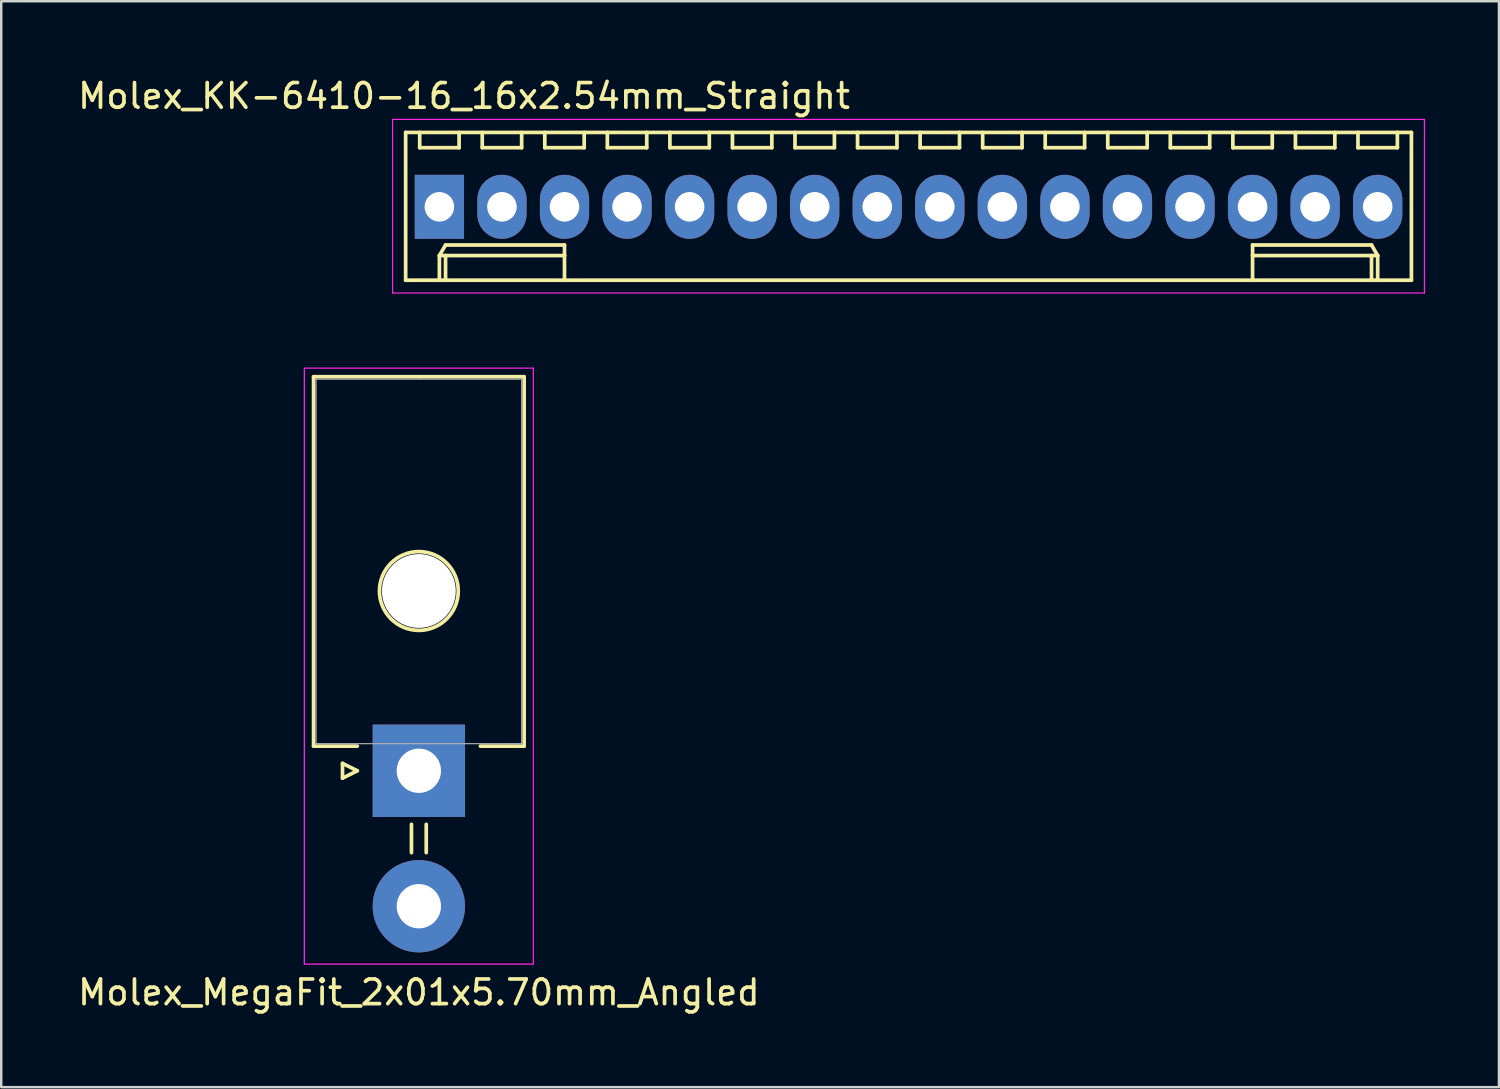
<source format=kicad_pcb>
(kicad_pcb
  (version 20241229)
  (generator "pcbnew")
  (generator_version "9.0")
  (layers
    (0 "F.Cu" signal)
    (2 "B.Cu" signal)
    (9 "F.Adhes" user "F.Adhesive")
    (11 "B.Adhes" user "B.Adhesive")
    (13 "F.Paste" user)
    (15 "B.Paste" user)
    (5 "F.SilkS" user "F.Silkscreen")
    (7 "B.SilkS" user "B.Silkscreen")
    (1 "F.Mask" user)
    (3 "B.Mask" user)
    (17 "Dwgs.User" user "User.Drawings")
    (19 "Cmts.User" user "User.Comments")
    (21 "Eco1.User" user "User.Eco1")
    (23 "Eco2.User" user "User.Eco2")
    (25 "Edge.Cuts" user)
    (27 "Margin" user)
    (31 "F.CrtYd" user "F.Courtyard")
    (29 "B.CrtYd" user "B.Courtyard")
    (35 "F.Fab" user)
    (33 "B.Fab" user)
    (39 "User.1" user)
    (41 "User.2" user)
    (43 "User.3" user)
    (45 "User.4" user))
  (footprint "Molex_MegaFit_2x01x5.70mm_Angled"
    (layer "F.Cu")
    (at 13.958 28.248)
    (property "Reference" "Molex_MegaFit_2x01x5.70mm_Angled" (at 0 9 0) (layer "F.SilkS") (effects (font (size 1 1) (thickness 0.15))))
    (attr through_hole)
    (fp_line (start -4.275 -16) (end -4.275 -1) (stroke (width 0.15) (type solid)) (layer "F.SilkS"))
    (fp_line (start -4.275 -1) (end -2.5 -1) (stroke (width 0.15) (type solid)) (layer "F.SilkS"))
    (fp_line (start -3.1 -0.3) (end -2.5 0) (stroke (width 0.15) (type solid)) (layer "F.SilkS"))
    (fp_line (start -3.1 0.3) (end -3.1 -0.3) (stroke (width 0.15) (type solid)) (layer "F.SilkS"))
    (fp_line (start -2.5 0) (end -3.1 0.3) (stroke (width 0.15) (type solid)) (layer "F.SilkS"))
    (fp_line (start -0.3 2.175) (end -0.3 3.325) (stroke (width 0.15) (type solid)) (layer "F.SilkS"))
    (fp_line (start 0 -16) (end -4.275 -16) (stroke (width 0.15) (type solid)) (layer "F.SilkS"))
    (fp_line (start 0 -16) (end 4.275 -16) (stroke (width 0.15) (type solid)) (layer "F.SilkS"))
    (fp_line (start 0.3 2.175) (end 0.3 3.325) (stroke (width 0.15) (type solid)) (layer "F.SilkS"))
    (fp_line (start 4.275 -16) (end 4.275 -1) (stroke (width 0.15) (type solid)) (layer "F.SilkS"))
    (fp_line (start 4.275 -1) (end 2.5 -1) (stroke (width 0.15) (type solid)) (layer "F.SilkS"))
    (fp_circle (center 0 -7.3) (end 1.6 -7.3) (stroke (width 0.15) (type solid)) (fill no) (layer "F.SilkS"))
    (fp_line (start -4.65 -16.35) (end -4.65 7.85) (stroke (width 0.05) (type solid)) (layer "F.CrtYd"))
    (fp_line (start -4.65 7.85) (end 4.65 7.85) (stroke (width 0.05) (type solid)) (layer "F.CrtYd"))
    (fp_line (start 4.65 -16.35) (end -4.65 -16.35) (stroke (width 0.05) (type solid)) (layer "F.CrtYd"))
    (fp_line (start 4.65 7.85) (end 4.65 -16.35) (stroke (width 0.05) (type solid)) (layer "F.CrtYd"))
    (fp_line (start -4.175 -15.9) (end -4.175 -1.1) (stroke (width 0.05) (type solid)) (layer "F.Fab"))
    (fp_line (start -4.175 -1.1) (end 4.175 -1.1) (stroke (width 0.05) (type solid)) (layer "F.Fab"))
    (fp_line (start 4.175 -15.9) (end -4.175 -15.9) (stroke (width 0.05) (type solid)) (layer "F.Fab"))
    (fp_line (start 4.175 -1.1) (end 4.175 -15.9) (stroke (width 0.05) (type solid)) (layer "F.Fab"))
    (pad "" np_thru_hole circle (at 0 -7.3) (size 3 3) (drill 3) (layers "*.Cu"))
    (pad "1" thru_hole rect (at 0 0) (size 3.75 3.75) (drill 1.8) (layers "*.Cu" "*.Mask"))
    (pad "2" thru_hole circle (at 0 5.5) (size 3.75 3.75) (drill 1.8) (layers "*.Cu" "*.Mask")))
  (footprint "Molex_KK-6410-16_16x2.54mm_Straight"
    (layer "F.Cu")
    (at 14.792 5.348)
    (property "Reference" "Molex_KK-6410-16_16x2.54mm_Straight" (at 1 -4.5 0) (layer "F.SilkS") (effects (font (size 1 1) (thickness 0.15))))
    (attr through_hole)
    (fp_line (start -1.37 -3.02) (end -1.37 2.98) (stroke (width 0.15) (type solid)) (layer "F.SilkS"))
    (fp_line (start -1.37 2.98) (end 39.47 2.98) (stroke (width 0.15) (type solid)) (layer "F.SilkS"))
    (fp_line (start -0.8 -3.02) (end -0.8 -2.4) (stroke (width 0.15) (type solid)) (layer "F.SilkS"))
    (fp_line (start -0.8 -2.4) (end 0.8 -2.4) (stroke (width 0.15) (type solid)) (layer "F.SilkS"))
    (fp_line (start 0 1.98) (end 0.25 1.55) (stroke (width 0.15) (type solid)) (layer "F.SilkS"))
    (fp_line (start 0 1.98) (end 5.08 1.98) (stroke (width 0.15) (type solid)) (layer "F.SilkS"))
    (fp_line (start 0 2.98) (end 0 1.98) (stroke (width 0.15) (type solid)) (layer "F.SilkS"))
    (fp_line (start 0.25 1.55) (end 5.08 1.55) (stroke (width 0.15) (type solid)) (layer "F.SilkS"))
    (fp_line (start 0.25 2.98) (end 0.25 1.98) (stroke (width 0.15) (type solid)) (layer "F.SilkS"))
    (fp_line (start 0.8 -2.4) (end 0.8 -3.02) (stroke (width 0.15) (type solid)) (layer "F.SilkS"))
    (fp_line (start 1.74 -3.02) (end 1.74 -2.4) (stroke (width 0.15) (type solid)) (layer "F.SilkS"))
    (fp_line (start 1.74 -2.4) (end 3.34 -2.4) (stroke (width 0.15) (type solid)) (layer "F.SilkS"))
    (fp_line (start 3.34 -2.4) (end 3.34 -3.02) (stroke (width 0.15) (type solid)) (layer "F.SilkS"))
    (fp_line (start 4.28 -3.02) (end 4.28 -2.4) (stroke (width 0.15) (type solid)) (layer "F.SilkS"))
    (fp_line (start 4.28 -2.4) (end 5.88 -2.4) (stroke (width 0.15) (type solid)) (layer "F.SilkS"))
    (fp_line (start 5.08 1.55) (end 5.08 1.98) (stroke (width 0.15) (type solid)) (layer "F.SilkS"))
    (fp_line (start 5.08 1.98) (end 5.08 2.98) (stroke (width 0.15) (type solid)) (layer "F.SilkS"))
    (fp_line (start 5.88 -2.4) (end 5.88 -3.02) (stroke (width 0.15) (type solid)) (layer "F.SilkS"))
    (fp_line (start 6.82 -3.02) (end 6.82 -2.4) (stroke (width 0.15) (type solid)) (layer "F.SilkS"))
    (fp_line (start 6.82 -2.4) (end 8.42 -2.4) (stroke (width 0.15) (type solid)) (layer "F.SilkS"))
    (fp_line (start 8.42 -2.4) (end 8.42 -3.02) (stroke (width 0.15) (type solid)) (layer "F.SilkS"))
    (fp_line (start 9.36 -3.02) (end 9.36 -2.4) (stroke (width 0.15) (type solid)) (layer "F.SilkS"))
    (fp_line (start 9.36 -2.4) (end 10.96 -2.4) (stroke (width 0.15) (type solid)) (layer "F.SilkS"))
    (fp_line (start 10.96 -2.4) (end 10.96 -3.02) (stroke (width 0.15) (type solid)) (layer "F.SilkS"))
    (fp_line (start 11.9 -3.02) (end 11.9 -2.4) (stroke (width 0.15) (type solid)) (layer "F.SilkS"))
    (fp_line (start 11.9 -2.4) (end 13.5 -2.4) (stroke (width 0.15) (type solid)) (layer "F.SilkS"))
    (fp_line (start 13.5 -2.4) (end 13.5 -3.02) (stroke (width 0.15) (type solid)) (layer "F.SilkS"))
    (fp_line (start 14.44 -3.02) (end 14.44 -2.4) (stroke (width 0.15) (type solid)) (layer "F.SilkS"))
    (fp_line (start 14.44 -2.4) (end 16.04 -2.4) (stroke (width 0.15) (type solid)) (layer "F.SilkS"))
    (fp_line (start 16.04 -2.4) (end 16.04 -3.02) (stroke (width 0.15) (type solid)) (layer "F.SilkS"))
    (fp_line (start 16.98 -3.02) (end 16.98 -2.4) (stroke (width 0.15) (type solid)) (layer "F.SilkS"))
    (fp_line (start 16.98 -2.4) (end 18.58 -2.4) (stroke (width 0.15) (type solid)) (layer "F.SilkS"))
    (fp_line (start 18.58 -2.4) (end 18.58 -3.02) (stroke (width 0.15) (type solid)) (layer "F.SilkS"))
    (fp_line (start 19.52 -3.02) (end 19.52 -2.4) (stroke (width 0.15) (type solid)) (layer "F.SilkS"))
    (fp_line (start 19.52 -2.4) (end 21.12 -2.4) (stroke (width 0.15) (type solid)) (layer "F.SilkS"))
    (fp_line (start 21.12 -2.4) (end 21.12 -3.02) (stroke (width 0.15) (type solid)) (layer "F.SilkS"))
    (fp_line (start 22.06 -3.02) (end 22.06 -2.4) (stroke (width 0.15) (type solid)) (layer "F.SilkS"))
    (fp_line (start 22.06 -2.4) (end 23.66 -2.4) (stroke (width 0.15) (type solid)) (layer "F.SilkS"))
    (fp_line (start 23.66 -2.4) (end 23.66 -3.02) (stroke (width 0.15) (type solid)) (layer "F.SilkS"))
    (fp_line (start 24.6 -3.02) (end 24.6 -2.4) (stroke (width 0.15) (type solid)) (layer "F.SilkS"))
    (fp_line (start 24.6 -2.4) (end 26.2 -2.4) (stroke (width 0.15) (type solid)) (layer "F.SilkS"))
    (fp_line (start 26.2 -2.4) (end 26.2 -3.02) (stroke (width 0.15) (type solid)) (layer "F.SilkS"))
    (fp_line (start 27.14 -3.02) (end 27.14 -2.4) (stroke (width 0.15) (type solid)) (layer "F.SilkS"))
    (fp_line (start 27.14 -2.4) (end 28.74 -2.4) (stroke (width 0.15) (type solid)) (layer "F.SilkS"))
    (fp_line (start 28.74 -2.4) (end 28.74 -3.02) (stroke (width 0.15) (type solid)) (layer "F.SilkS"))
    (fp_line (start 29.68 -3.02) (end 29.68 -2.4) (stroke (width 0.15) (type solid)) (layer "F.SilkS"))
    (fp_line (start 29.68 -2.4) (end 31.28 -2.4) (stroke (width 0.15) (type solid)) (layer "F.SilkS"))
    (fp_line (start 31.28 -2.4) (end 31.28 -3.02) (stroke (width 0.15) (type solid)) (layer "F.SilkS"))
    (fp_line (start 32.22 -3.02) (end 32.22 -2.4) (stroke (width 0.15) (type solid)) (layer "F.SilkS"))
    (fp_line (start 32.22 -2.4) (end 33.82 -2.4) (stroke (width 0.15) (type solid)) (layer "F.SilkS"))
    (fp_line (start 33.02 1.55) (end 33.02 1.98) (stroke (width 0.15) (type solid)) (layer "F.SilkS"))
    (fp_line (start 33.02 1.98) (end 33.02 2.98) (stroke (width 0.15) (type solid)) (layer "F.SilkS"))
    (fp_line (start 33.82 -2.4) (end 33.82 -3.02) (stroke (width 0.15) (type solid)) (layer "F.SilkS"))
    (fp_line (start 34.76 -3.02) (end 34.76 -2.4) (stroke (width 0.15) (type solid)) (layer "F.SilkS"))
    (fp_line (start 34.76 -2.4) (end 36.36 -2.4) (stroke (width 0.15) (type solid)) (layer "F.SilkS"))
    (fp_line (start 36.36 -2.4) (end 36.36 -3.02) (stroke (width 0.15) (type solid)) (layer "F.SilkS"))
    (fp_line (start 37.3 -3.02) (end 37.3 -2.4) (stroke (width 0.15) (type solid)) (layer "F.SilkS"))
    (fp_line (start 37.3 -2.4) (end 38.9 -2.4) (stroke (width 0.15) (type solid)) (layer "F.SilkS"))
    (fp_line (start 37.85 1.55) (end 33.02 1.55) (stroke (width 0.15) (type solid)) (layer "F.SilkS"))
    (fp_line (start 37.85 2.98) (end 37.85 1.98) (stroke (width 0.15) (type solid)) (layer "F.SilkS"))
    (fp_line (start 38.1 1.98) (end 33.02 1.98) (stroke (width 0.15) (type solid)) (layer "F.SilkS"))
    (fp_line (start 38.1 1.98) (end 37.85 1.55) (stroke (width 0.15) (type solid)) (layer "F.SilkS"))
    (fp_line (start 38.1 2.98) (end 38.1 1.98) (stroke (width 0.15) (type solid)) (layer "F.SilkS"))
    (fp_line (start 38.9 -2.4) (end 38.9 -3.02) (stroke (width 0.15) (type solid)) (layer "F.SilkS"))
    (fp_line (start 39.47 -3.02) (end -1.37 -3.02) (stroke (width 0.15) (type solid)) (layer "F.SilkS"))
    (fp_line (start 39.47 2.98) (end 39.47 -3.02) (stroke (width 0.15) (type solid)) (layer "F.SilkS"))
    (fp_line (start -1.9 -3.55) (end 40 -3.55) (stroke (width 0.05) (type solid)) (layer "F.CrtYd"))
    (fp_line (start -1.9 3.5) (end -1.9 -3.55) (stroke (width 0.05) (type solid)) (layer "F.CrtYd"))
    (fp_line (start 40 -3.55) (end 40 3.5) (stroke (width 0.05) (type solid)) (layer "F.CrtYd"))
    (fp_line (start 40 3.5) (end -1.9 3.5) (stroke (width 0.05) (type solid)) (layer "F.CrtYd"))
    (pad "1" thru_hole rect (at 0 0) (size 2 2.6) (drill 1.2) (layers "*.Cu" "*.Mask"))
    (pad "2" thru_hole oval (at 2.54 0) (size 2 2.6) (drill 1.2) (layers "*.Cu" "*.Mask"))
    (pad "3" thru_hole oval (at 5.08 0) (size 2 2.6) (drill 1.2) (layers "*.Cu" "*.Mask"))
    (pad "4" thru_hole oval (at 7.62 0) (size 2 2.6) (drill 1.2) (layers "*.Cu" "*.Mask"))
    (pad "5" thru_hole oval (at 10.16 0) (size 2 2.6) (drill 1.2) (layers "*.Cu" "*.Mask"))
    (pad "6" thru_hole oval (at 12.7 0) (size 2 2.6) (drill 1.2) (layers "*.Cu" "*.Mask"))
    (pad "7" thru_hole oval (at 15.24 0) (size 2 2.6) (drill 1.2) (layers "*.Cu" "*.Mask"))
    (pad "8" thru_hole oval (at 17.78 0) (size 2 2.6) (drill 1.2) (layers "*.Cu" "*.Mask"))
    (pad "9" thru_hole oval (at 20.32 0) (size 2 2.6) (drill 1.2) (layers "*.Cu" "*.Mask"))
    (pad "10" thru_hole oval (at 22.86 0) (size 2 2.6) (drill 1.2) (layers "*.Cu" "*.Mask"))
    (pad "11" thru_hole oval (at 25.4 0) (size 2 2.6) (drill 1.2) (layers "*.Cu" "*.Mask"))
    (pad "12" thru_hole oval (at 27.94 0) (size 2 2.6) (drill 1.2) (layers "*.Cu" "*.Mask"))
    (pad "13" thru_hole oval (at 30.48 0) (size 2 2.6) (drill 1.2) (layers "*.Cu" "*.Mask"))
    (pad "14" thru_hole oval (at 33.02 0) (size 2 2.6) (drill 1.2) (layers "*.Cu" "*.Mask"))
    (pad "15" thru_hole oval (at 35.56 0) (size 2 2.6) (drill 1.2) (layers "*.Cu" "*.Mask"))
    (pad "16" thru_hole oval (at 38.1 0) (size 2 2.6) (drill 1.2) (layers "*.Cu" "*.Mask")))
  (gr_rect
    (start -3 -3)
    (end 57.817 41.096)
    (stroke (width 0.1) (type default))
    (fill no)
    (layer "Edge.Cuts")))
</source>
